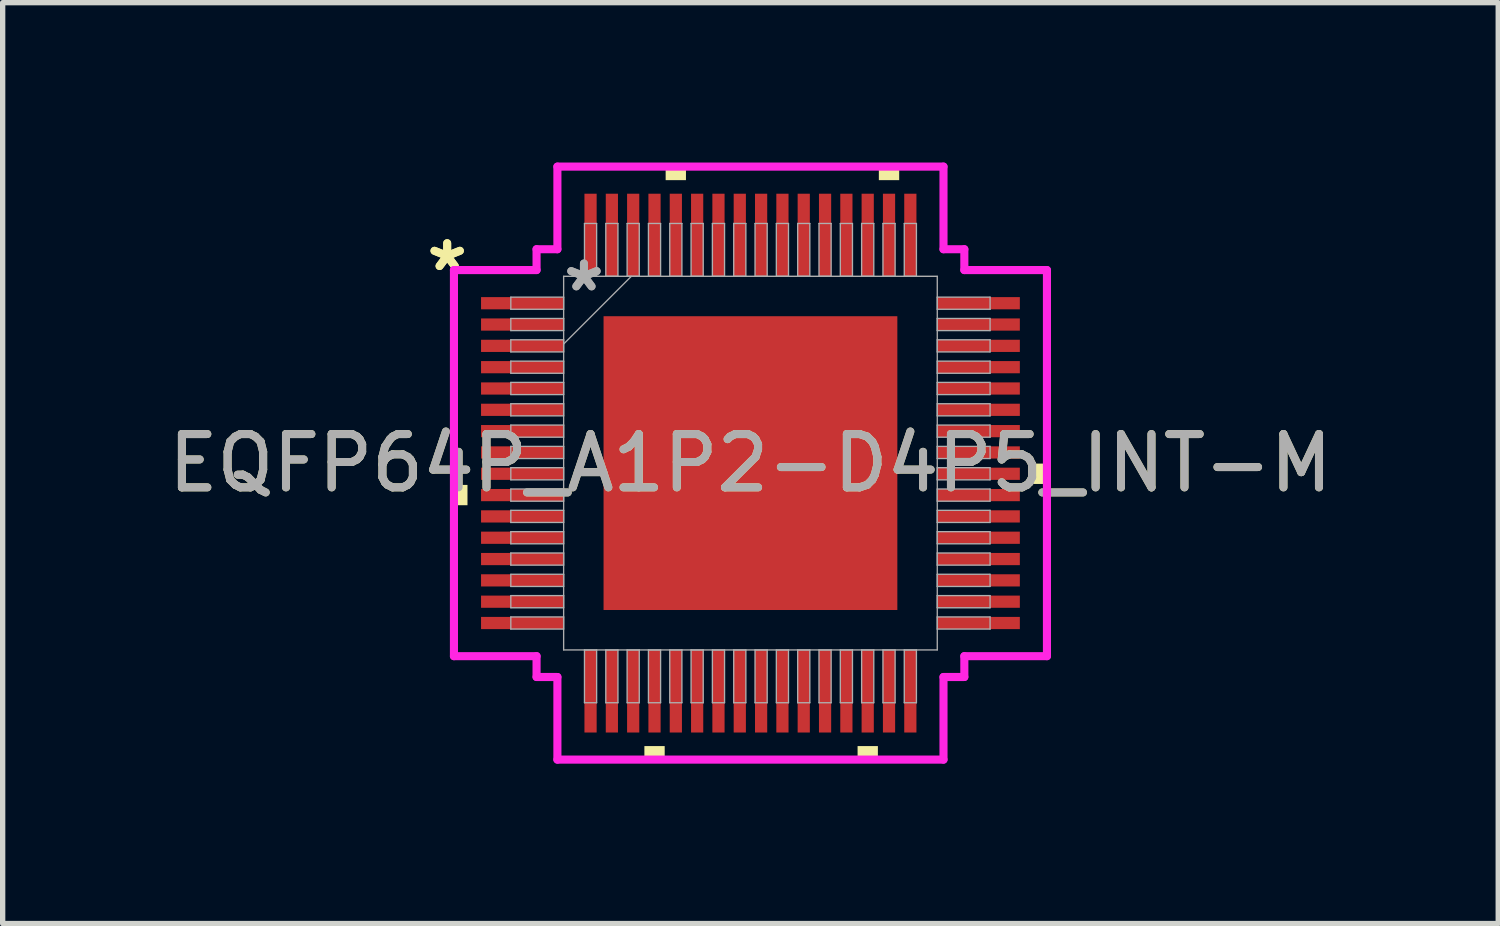
<source format=kicad_pcb>
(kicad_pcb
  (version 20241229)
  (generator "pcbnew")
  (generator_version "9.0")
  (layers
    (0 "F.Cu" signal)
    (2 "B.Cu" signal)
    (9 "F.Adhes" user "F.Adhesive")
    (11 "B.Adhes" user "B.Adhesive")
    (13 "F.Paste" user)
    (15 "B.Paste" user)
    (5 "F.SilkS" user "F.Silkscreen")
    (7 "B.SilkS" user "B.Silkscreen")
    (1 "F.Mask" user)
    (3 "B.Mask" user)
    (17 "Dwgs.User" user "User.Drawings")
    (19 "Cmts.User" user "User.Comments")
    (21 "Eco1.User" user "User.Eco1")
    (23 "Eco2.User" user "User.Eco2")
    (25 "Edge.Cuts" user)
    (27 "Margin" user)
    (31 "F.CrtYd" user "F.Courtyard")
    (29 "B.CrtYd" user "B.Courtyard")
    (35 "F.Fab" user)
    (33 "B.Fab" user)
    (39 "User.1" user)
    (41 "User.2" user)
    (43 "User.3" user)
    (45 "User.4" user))
  (footprint "EQFP64P_A1P2-D4P5_INT-M"
    (layer "F.Cu")
    (at 11.03 5.639)
    (property "Reference" "EQFP64P_A1P2-D4P5_INT-M" (at 0 0 0) (unlocked yes) (layer "F.SilkS") (effects (font (size 1 1) (thickness 0.15))))
    (attr smd)
    (fp_poly (pts (xy -5.563 0.409) (xy -5.563 0.79) (xy -5.309 0.79) (xy -5.309 0.409)) (stroke (width 0) (type solid)) (fill yes) (layer "F.SilkS"))
    (fp_poly (pts (xy -1.99 5.309) (xy -1.99 5.563) (xy -1.609 5.563) (xy -1.609 5.309)) (stroke (width 0) (type solid)) (fill yes) (layer "F.SilkS"))
    (fp_poly (pts (xy -1.591 -5.309) (xy -1.591 -5.563) (xy -1.21 -5.563) (xy -1.21 -5.309)) (stroke (width 0) (type solid)) (fill yes) (layer "F.SilkS"))
    (fp_poly (pts (xy 2.01 5.309) (xy 2.01 5.563) (xy 2.391 5.563) (xy 2.391 5.309)) (stroke (width 0) (type solid)) (fill yes) (layer "F.SilkS"))
    (fp_poly (pts (xy 2.409 -5.309) (xy 2.409 -5.563) (xy 2.791 -5.563) (xy 2.791 -5.309)) (stroke (width 0) (type solid)) (fill yes) (layer "F.SilkS"))
    (fp_poly (pts (xy 5.563 0.009) (xy 5.563 0.391) (xy 5.309 0.391) (xy 5.309 0.009)) (stroke (width 0) (type solid)) (fill yes) (layer "F.SilkS"))
    (fp_poly (pts (xy -2.656 -2.656) (xy -2.656 -1.478) (xy -1.478 -1.478) (xy -1.478 -2.656)) (stroke (width 0) (type solid)) (fill yes) (layer "F.Paste"))
    (fp_poly (pts (xy -2.656 -1.278) (xy -2.656 -0.1) (xy -1.478 -0.1) (xy -1.478 -1.278)) (stroke (width 0) (type solid)) (fill yes) (layer "F.Paste"))
    (fp_poly (pts (xy -2.656 0.1) (xy -2.656 1.278) (xy -1.478 1.278) (xy -1.478 0.1)) (stroke (width 0) (type solid)) (fill yes) (layer "F.Paste"))
    (fp_poly (pts (xy -2.656 1.478) (xy -2.656 2.656) (xy -1.478 2.656) (xy -1.478 1.478)) (stroke (width 0) (type solid)) (fill yes) (layer "F.Paste"))
    (fp_poly (pts (xy -1.278 -2.656) (xy -1.278 -1.478) (xy -0.1 -1.478) (xy -0.1 -2.656)) (stroke (width 0) (type solid)) (fill yes) (layer "F.Paste"))
    (fp_poly (pts (xy -1.278 -1.278) (xy -1.278 -0.1) (xy -0.1 -0.1) (xy -0.1 -1.278)) (stroke (width 0) (type solid)) (fill yes) (layer "F.Paste"))
    (fp_poly (pts (xy -1.278 0.1) (xy -1.278 1.278) (xy -0.1 1.278) (xy -0.1 0.1)) (stroke (width 0) (type solid)) (fill yes) (layer "F.Paste"))
    (fp_poly (pts (xy -1.278 1.478) (xy -1.278 2.656) (xy -0.1 2.656) (xy -0.1 1.478)) (stroke (width 0) (type solid)) (fill yes) (layer "F.Paste"))
    (fp_poly (pts (xy 0.1 -2.656) (xy 0.1 -1.478) (xy 1.278 -1.478) (xy 1.278 -2.656)) (stroke (width 0) (type solid)) (fill yes) (layer "F.Paste"))
    (fp_poly (pts (xy 0.1 -1.278) (xy 0.1 -0.1) (xy 1.278 -0.1) (xy 1.278 -1.278)) (stroke (width 0) (type solid)) (fill yes) (layer "F.Paste"))
    (fp_poly (pts (xy 0.1 0.1) (xy 0.1 1.278) (xy 1.278 1.278) (xy 1.278 0.1)) (stroke (width 0) (type solid)) (fill yes) (layer "F.Paste"))
    (fp_poly (pts (xy 0.1 1.478) (xy 0.1 2.656) (xy 1.278 2.656) (xy 1.278 1.478)) (stroke (width 0) (type solid)) (fill yes) (layer "F.Paste"))
    (fp_poly (pts (xy 1.478 -2.656) (xy 1.478 -1.478) (xy 2.656 -1.478) (xy 2.656 -2.656)) (stroke (width 0) (type solid)) (fill yes) (layer "F.Paste"))
    (fp_poly (pts (xy 1.478 -1.278) (xy 1.478 -0.1) (xy 2.656 -0.1) (xy 2.656 -1.278)) (stroke (width 0) (type solid)) (fill yes) (layer "F.Paste"))
    (fp_poly (pts (xy 1.478 0.1) (xy 1.478 1.278) (xy 2.656 1.278) (xy 2.656 0.1)) (stroke (width 0) (type solid)) (fill yes) (layer "F.Paste"))
    (fp_poly (pts (xy 1.478 1.478) (xy 1.478 2.656) (xy 2.656 2.656) (xy 2.656 1.478)) (stroke (width 0) (type solid)) (fill yes) (layer "F.Paste"))
    (fp_line (start -5.563 -3.622) (end -4.013 -3.622) (stroke (width 0.152) (type solid)) (layer "F.CrtYd"))
    (fp_line (start -5.563 3.622) (end -5.563 -3.622) (stroke (width 0.152) (type solid)) (layer "F.CrtYd"))
    (fp_line (start -4.013 -4.013) (end -3.622 -4.013) (stroke (width 0.152) (type solid)) (layer "F.CrtYd"))
    (fp_line (start -4.013 -3.622) (end -4.013 -4.013) (stroke (width 0.152) (type solid)) (layer "F.CrtYd"))
    (fp_line (start -4.013 3.622) (end -5.563 3.622) (stroke (width 0.152) (type solid)) (layer "F.CrtYd"))
    (fp_line (start -4.013 4.013) (end -4.013 3.622) (stroke (width 0.152) (type solid)) (layer "F.CrtYd"))
    (fp_line (start -4.013 4.013) (end -3.622 4.013) (stroke (width 0.152) (type solid)) (layer "F.CrtYd"))
    (fp_line (start -3.622 -5.563) (end 3.622 -5.563) (stroke (width 0.152) (type solid)) (layer "F.CrtYd"))
    (fp_line (start -3.622 -4.013) (end -3.622 -5.563) (stroke (width 0.152) (type solid)) (layer "F.CrtYd"))
    (fp_line (start -3.622 4.013) (end -3.622 5.563) (stroke (width 0.152) (type solid)) (layer "F.CrtYd"))
    (fp_line (start -3.622 5.563) (end 3.622 5.563) (stroke (width 0.152) (type solid)) (layer "F.CrtYd"))
    (fp_line (start 3.622 -5.563) (end 3.622 -4.013) (stroke (width 0.152) (type solid)) (layer "F.CrtYd"))
    (fp_line (start 3.622 -4.013) (end 4.013 -4.013) (stroke (width 0.152) (type solid)) (layer "F.CrtYd"))
    (fp_line (start 3.622 4.013) (end 4.013 4.013) (stroke (width 0.152) (type solid)) (layer "F.CrtYd"))
    (fp_line (start 3.622 5.563) (end 3.622 4.013) (stroke (width 0.152) (type solid)) (layer "F.CrtYd"))
    (fp_line (start 4.013 -3.622) (end 4.013 -4.013) (stroke (width 0.152) (type solid)) (layer "F.CrtYd"))
    (fp_line (start 4.013 3.622) (end 5.563 3.622) (stroke (width 0.152) (type solid)) (layer "F.CrtYd"))
    (fp_line (start 4.013 4.013) (end 4.013 3.622) (stroke (width 0.152) (type solid)) (layer "F.CrtYd"))
    (fp_line (start 5.563 -3.622) (end 4.013 -3.622) (stroke (width 0.152) (type solid)) (layer "F.CrtYd"))
    (fp_line (start 5.563 3.622) (end 5.563 -3.622) (stroke (width 0.152) (type solid)) (layer "F.CrtYd"))
    (fp_line (start -4.496 -3.114) (end -4.496 -2.886) (stroke (width 0.025) (type solid)) (layer "F.Fab"))
    (fp_line (start -4.496 -2.886) (end -3.505 -2.886) (stroke (width 0.025) (type solid)) (layer "F.Fab"))
    (fp_line (start -4.496 -2.714) (end -4.496 -2.486) (stroke (width 0.025) (type solid)) (layer "F.Fab"))
    (fp_line (start -4.496 -2.486) (end -3.505 -2.486) (stroke (width 0.025) (type solid)) (layer "F.Fab"))
    (fp_line (start -4.496 -2.314) (end -4.496 -2.086) (stroke (width 0.025) (type solid)) (layer "F.Fab"))
    (fp_line (start -4.496 -2.086) (end -3.505 -2.086) (stroke (width 0.025) (type solid)) (layer "F.Fab"))
    (fp_line (start -4.496 -1.914) (end -4.496 -1.686) (stroke (width 0.025) (type solid)) (layer "F.Fab"))
    (fp_line (start -4.496 -1.686) (end -3.505 -1.686) (stroke (width 0.025) (type solid)) (layer "F.Fab"))
    (fp_line (start -4.496 -1.514) (end -4.496 -1.286) (stroke (width 0.025) (type solid)) (layer "F.Fab"))
    (fp_line (start -4.496 -1.286) (end -3.505 -1.286) (stroke (width 0.025) (type solid)) (layer "F.Fab"))
    (fp_line (start -4.496 -1.114) (end -4.496 -0.886) (stroke (width 0.025) (type solid)) (layer "F.Fab"))
    (fp_line (start -4.496 -0.886) (end -3.505 -0.886) (stroke (width 0.025) (type solid)) (layer "F.Fab"))
    (fp_line (start -4.496 -0.714) (end -4.496 -0.486) (stroke (width 0.025) (type solid)) (layer "F.Fab"))
    (fp_line (start -4.496 -0.486) (end -3.505 -0.486) (stroke (width 0.025) (type solid)) (layer "F.Fab"))
    (fp_line (start -4.496 -0.314) (end -4.496 -0.086) (stroke (width 0.025) (type solid)) (layer "F.Fab"))
    (fp_line (start -4.496 -0.086) (end -3.505 -0.086) (stroke (width 0.025) (type solid)) (layer "F.Fab"))
    (fp_line (start -4.496 0.086) (end -4.496 0.314) (stroke (width 0.025) (type solid)) (layer "F.Fab"))
    (fp_line (start -4.496 0.314) (end -3.505 0.314) (stroke (width 0.025) (type solid)) (layer "F.Fab"))
    (fp_line (start -4.496 0.486) (end -4.496 0.714) (stroke (width 0.025) (type solid)) (layer "F.Fab"))
    (fp_line (start -4.496 0.714) (end -3.505 0.714) (stroke (width 0.025) (type solid)) (layer "F.Fab"))
    (fp_line (start -4.496 0.886) (end -4.496 1.114) (stroke (width 0.025) (type solid)) (layer "F.Fab"))
    (fp_line (start -4.496 1.114) (end -3.505 1.114) (stroke (width 0.025) (type solid)) (layer "F.Fab"))
    (fp_line (start -4.496 1.286) (end -4.496 1.514) (stroke (width 0.025) (type solid)) (layer "F.Fab"))
    (fp_line (start -4.496 1.514) (end -3.505 1.514) (stroke (width 0.025) (type solid)) (layer "F.Fab"))
    (fp_line (start -4.496 1.686) (end -4.496 1.914) (stroke (width 0.025) (type solid)) (layer "F.Fab"))
    (fp_line (start -4.496 1.914) (end -3.505 1.914) (stroke (width 0.025) (type solid)) (layer "F.Fab"))
    (fp_line (start -4.496 2.086) (end -4.496 2.314) (stroke (width 0.025) (type solid)) (layer "F.Fab"))
    (fp_line (start -4.496 2.314) (end -3.505 2.314) (stroke (width 0.025) (type solid)) (layer "F.Fab"))
    (fp_line (start -4.496 2.486) (end -4.496 2.714) (stroke (width 0.025) (type solid)) (layer "F.Fab"))
    (fp_line (start -4.496 2.714) (end -3.505 2.714) (stroke (width 0.025) (type solid)) (layer "F.Fab"))
    (fp_line (start -4.496 2.886) (end -4.496 3.114) (stroke (width 0.025) (type solid)) (layer "F.Fab"))
    (fp_line (start -4.496 3.114) (end -3.505 3.114) (stroke (width 0.025) (type solid)) (layer "F.Fab"))
    (fp_line (start -3.505 -3.505) (end -3.505 3.505) (stroke (width 0.025) (type solid)) (layer "F.Fab"))
    (fp_line (start -3.505 -3.114) (end -4.496 -3.114) (stroke (width 0.025) (type solid)) (layer "F.Fab"))
    (fp_line (start -3.505 -2.886) (end -3.505 -3.114) (stroke (width 0.025) (type solid)) (layer "F.Fab"))
    (fp_line (start -3.505 -2.714) (end -4.496 -2.714) (stroke (width 0.025) (type solid)) (layer "F.Fab"))
    (fp_line (start -3.505 -2.486) (end -3.505 -2.714) (stroke (width 0.025) (type solid)) (layer "F.Fab"))
    (fp_line (start -3.505 -2.314) (end -4.496 -2.314) (stroke (width 0.025) (type solid)) (layer "F.Fab"))
    (fp_line (start -3.505 -2.235) (end -2.235 -3.505) (stroke (width 0.025) (type solid)) (layer "F.Fab"))
    (fp_line (start -3.505 -2.086) (end -3.505 -2.314) (stroke (width 0.025) (type solid)) (layer "F.Fab"))
    (fp_line (start -3.505 -1.914) (end -4.496 -1.914) (stroke (width 0.025) (type solid)) (layer "F.Fab"))
    (fp_line (start -3.505 -1.686) (end -3.505 -1.914) (stroke (width 0.025) (type solid)) (layer "F.Fab"))
    (fp_line (start -3.505 -1.514) (end -4.496 -1.514) (stroke (width 0.025) (type solid)) (layer "F.Fab"))
    (fp_line (start -3.505 -1.286) (end -3.505 -1.514) (stroke (width 0.025) (type solid)) (layer "F.Fab"))
    (fp_line (start -3.505 -1.114) (end -4.496 -1.114) (stroke (width 0.025) (type solid)) (layer "F.Fab"))
    (fp_line (start -3.505 -0.886) (end -3.505 -1.114) (stroke (width 0.025) (type solid)) (layer "F.Fab"))
    (fp_line (start -3.505 -0.714) (end -4.496 -0.714) (stroke (width 0.025) (type solid)) (layer "F.Fab"))
    (fp_line (start -3.505 -0.486) (end -3.505 -0.714) (stroke (width 0.025) (type solid)) (layer "F.Fab"))
    (fp_line (start -3.505 -0.314) (end -4.496 -0.314) (stroke (width 0.025) (type solid)) (layer "F.Fab"))
    (fp_line (start -3.505 -0.086) (end -3.505 -0.314) (stroke (width 0.025) (type solid)) (layer "F.Fab"))
    (fp_line (start -3.505 0.086) (end -4.496 0.086) (stroke (width 0.025) (type solid)) (layer "F.Fab"))
    (fp_line (start -3.505 0.314) (end -3.505 0.086) (stroke (width 0.025) (type solid)) (layer "F.Fab"))
    (fp_line (start -3.505 0.486) (end -4.496 0.486) (stroke (width 0.025) (type solid)) (layer "F.Fab"))
    (fp_line (start -3.505 0.714) (end -3.505 0.486) (stroke (width 0.025) (type solid)) (layer "F.Fab"))
    (fp_line (start -3.505 0.886) (end -4.496 0.886) (stroke (width 0.025) (type solid)) (layer "F.Fab"))
    (fp_line (start -3.505 1.114) (end -3.505 0.886) (stroke (width 0.025) (type solid)) (layer "F.Fab"))
    (fp_line (start -3.505 1.286) (end -4.496 1.286) (stroke (width 0.025) (type solid)) (layer "F.Fab"))
    (fp_line (start -3.505 1.514) (end -3.505 1.286) (stroke (width 0.025) (type solid)) (layer "F.Fab"))
    (fp_line (start -3.505 1.686) (end -4.496 1.686) (stroke (width 0.025) (type solid)) (layer "F.Fab"))
    (fp_line (start -3.505 1.914) (end -3.505 1.686) (stroke (width 0.025) (type solid)) (layer "F.Fab"))
    (fp_line (start -3.505 2.086) (end -4.496 2.086) (stroke (width 0.025) (type solid)) (layer "F.Fab"))
    (fp_line (start -3.505 2.314) (end -3.505 2.086) (stroke (width 0.025) (type solid)) (layer "F.Fab"))
    (fp_line (start -3.505 2.486) (end -4.496 2.486) (stroke (width 0.025) (type solid)) (layer "F.Fab"))
    (fp_line (start -3.505 2.714) (end -3.505 2.486) (stroke (width 0.025) (type solid)) (layer "F.Fab"))
    (fp_line (start -3.505 2.886) (end -4.496 2.886) (stroke (width 0.025) (type solid)) (layer "F.Fab"))
    (fp_line (start -3.505 3.114) (end -3.505 2.886) (stroke (width 0.025) (type solid)) (layer "F.Fab"))
    (fp_line (start -3.505 3.505) (end 3.505 3.505) (stroke (width 0.025) (type solid)) (layer "F.Fab"))
    (fp_line (start -3.114 -4.496) (end -3.114 -3.505) (stroke (width 0.025) (type solid)) (layer "F.Fab"))
    (fp_line (start -3.114 -3.505) (end -2.886 -3.505) (stroke (width 0.025) (type solid)) (layer "F.Fab"))
    (fp_line (start -3.114 3.505) (end -3.114 4.496) (stroke (width 0.025) (type solid)) (layer "F.Fab"))
    (fp_line (start -3.114 4.496) (end -2.886 4.496) (stroke (width 0.025) (type solid)) (layer "F.Fab"))
    (fp_line (start -2.886 -4.496) (end -3.114 -4.496) (stroke (width 0.025) (type solid)) (layer "F.Fab"))
    (fp_line (start -2.886 -3.505) (end -2.886 -4.496) (stroke (width 0.025) (type solid)) (layer "F.Fab"))
    (fp_line (start -2.886 3.505) (end -3.114 3.505) (stroke (width 0.025) (type solid)) (layer "F.Fab"))
    (fp_line (start -2.886 4.496) (end -2.886 3.505) (stroke (width 0.025) (type solid)) (layer "F.Fab"))
    (fp_line (start -2.714 -4.496) (end -2.714 -3.505) (stroke (width 0.025) (type solid)) (layer "F.Fab"))
    (fp_line (start -2.714 -3.505) (end -2.486 -3.505) (stroke (width 0.025) (type solid)) (layer "F.Fab"))
    (fp_line (start -2.714 3.505) (end -2.714 4.496) (stroke (width 0.025) (type solid)) (layer "F.Fab"))
    (fp_line (start -2.714 4.496) (end -2.486 4.496) (stroke (width 0.025) (type solid)) (layer "F.Fab"))
    (fp_line (start -2.486 -4.496) (end -2.714 -4.496) (stroke (width 0.025) (type solid)) (layer "F.Fab"))
    (fp_line (start -2.486 -3.505) (end -2.486 -4.496) (stroke (width 0.025) (type solid)) (layer "F.Fab"))
    (fp_line (start -2.486 3.505) (end -2.714 3.505) (stroke (width 0.025) (type solid)) (layer "F.Fab"))
    (fp_line (start -2.486 4.496) (end -2.486 3.505) (stroke (width 0.025) (type solid)) (layer "F.Fab"))
    (fp_line (start -2.314 -4.496) (end -2.314 -3.505) (stroke (width 0.025) (type solid)) (layer "F.Fab"))
    (fp_line (start -2.314 -3.505) (end -2.086 -3.505) (stroke (width 0.025) (type solid)) (layer "F.Fab"))
    (fp_line (start -2.314 3.505) (end -2.314 4.496) (stroke (width 0.025) (type solid)) (layer "F.Fab"))
    (fp_line (start -2.314 4.496) (end -2.086 4.496) (stroke (width 0.025) (type solid)) (layer "F.Fab"))
    (fp_line (start -2.086 -4.496) (end -2.314 -4.496) (stroke (width 0.025) (type solid)) (layer "F.Fab"))
    (fp_line (start -2.086 -3.505) (end -2.086 -4.496) (stroke (width 0.025) (type solid)) (layer "F.Fab"))
    (fp_line (start -2.086 3.505) (end -2.314 3.505) (stroke (width 0.025) (type solid)) (layer "F.Fab"))
    (fp_line (start -2.086 4.496) (end -2.086 3.505) (stroke (width 0.025) (type solid)) (layer "F.Fab"))
    (fp_line (start -1.914 -4.496) (end -1.914 -3.505) (stroke (width 0.025) (type solid)) (layer "F.Fab"))
    (fp_line (start -1.914 -3.505) (end -1.686 -3.505) (stroke (width 0.025) (type solid)) (layer "F.Fab"))
    (fp_line (start -1.914 3.505) (end -1.914 4.496) (stroke (width 0.025) (type solid)) (layer "F.Fab"))
    (fp_line (start -1.914 4.496) (end -1.686 4.496) (stroke (width 0.025) (type solid)) (layer "F.Fab"))
    (fp_line (start -1.686 -4.496) (end -1.914 -4.496) (stroke (width 0.025) (type solid)) (layer "F.Fab"))
    (fp_line (start -1.686 -3.505) (end -1.686 -4.496) (stroke (width 0.025) (type solid)) (layer "F.Fab"))
    (fp_line (start -1.686 3.505) (end -1.914 3.505) (stroke (width 0.025) (type solid)) (layer "F.Fab"))
    (fp_line (start -1.686 4.496) (end -1.686 3.505) (stroke (width 0.025) (type solid)) (layer "F.Fab"))
    (fp_line (start -1.514 -4.496) (end -1.514 -3.505) (stroke (width 0.025) (type solid)) (layer "F.Fab"))
    (fp_line (start -1.514 -3.505) (end -1.286 -3.505) (stroke (width 0.025) (type solid)) (layer "F.Fab"))
    (fp_line (start -1.514 3.505) (end -1.514 4.496) (stroke (width 0.025) (type solid)) (layer "F.Fab"))
    (fp_line (start -1.514 4.496) (end -1.286 4.496) (stroke (width 0.025) (type solid)) (layer "F.Fab"))
    (fp_line (start -1.286 -4.496) (end -1.514 -4.496) (stroke (width 0.025) (type solid)) (layer "F.Fab"))
    (fp_line (start -1.286 -3.505) (end -1.286 -4.496) (stroke (width 0.025) (type solid)) (layer "F.Fab"))
    (fp_line (start -1.286 3.505) (end -1.514 3.505) (stroke (width 0.025) (type solid)) (layer "F.Fab"))
    (fp_line (start -1.286 4.496) (end -1.286 3.505) (stroke (width 0.025) (type solid)) (layer "F.Fab"))
    (fp_line (start -1.114 -4.496) (end -1.114 -3.505) (stroke (width 0.025) (type solid)) (layer "F.Fab"))
    (fp_line (start -1.114 -3.505) (end -0.886 -3.505) (stroke (width 0.025) (type solid)) (layer "F.Fab"))
    (fp_line (start -1.114 3.505) (end -1.114 4.496) (stroke (width 0.025) (type solid)) (layer "F.Fab"))
    (fp_line (start -1.114 4.496) (end -0.886 4.496) (stroke (width 0.025) (type solid)) (layer "F.Fab"))
    (fp_line (start -0.886 -4.496) (end -1.114 -4.496) (stroke (width 0.025) (type solid)) (layer "F.Fab"))
    (fp_line (start -0.886 -3.505) (end -0.886 -4.496) (stroke (width 0.025) (type solid)) (layer "F.Fab"))
    (fp_line (start -0.886 3.505) (end -1.114 3.505) (stroke (width 0.025) (type solid)) (layer "F.Fab"))
    (fp_line (start -0.886 4.496) (end -0.886 3.505) (stroke (width 0.025) (type solid)) (layer "F.Fab"))
    (fp_line (start -0.714 -4.496) (end -0.714 -3.505) (stroke (width 0.025) (type solid)) (layer "F.Fab"))
    (fp_line (start -0.714 -3.505) (end -0.486 -3.505) (stroke (width 0.025) (type solid)) (layer "F.Fab"))
    (fp_line (start -0.714 3.505) (end -0.714 4.496) (stroke (width 0.025) (type solid)) (layer "F.Fab"))
    (fp_line (start -0.714 4.496) (end -0.486 4.496) (stroke (width 0.025) (type solid)) (layer "F.Fab"))
    (fp_line (start -0.486 -4.496) (end -0.714 -4.496) (stroke (width 0.025) (type solid)) (layer "F.Fab"))
    (fp_line (start -0.486 -3.505) (end -0.486 -4.496) (stroke (width 0.025) (type solid)) (layer "F.Fab"))
    (fp_line (start -0.486 3.505) (end -0.714 3.505) (stroke (width 0.025) (type solid)) (layer "F.Fab"))
    (fp_line (start -0.486 4.496) (end -0.486 3.505) (stroke (width 0.025) (type solid)) (layer "F.Fab"))
    (fp_line (start -0.314 -4.496) (end -0.314 -3.505) (stroke (width 0.025) (type solid)) (layer "F.Fab"))
    (fp_line (start -0.314 -3.505) (end -0.086 -3.505) (stroke (width 0.025) (type solid)) (layer "F.Fab"))
    (fp_line (start -0.314 3.505) (end -0.314 4.496) (stroke (width 0.025) (type solid)) (layer "F.Fab"))
    (fp_line (start -0.314 4.496) (end -0.086 4.496) (stroke (width 0.025) (type solid)) (layer "F.Fab"))
    (fp_line (start -0.086 -4.496) (end -0.314 -4.496) (stroke (width 0.025) (type solid)) (layer "F.Fab"))
    (fp_line (start -0.086 -3.505) (end -0.086 -4.496) (stroke (width 0.025) (type solid)) (layer "F.Fab"))
    (fp_line (start -0.086 3.505) (end -0.314 3.505) (stroke (width 0.025) (type solid)) (layer "F.Fab"))
    (fp_line (start -0.086 4.496) (end -0.086 3.505) (stroke (width 0.025) (type solid)) (layer "F.Fab"))
    (fp_line (start 0.086 -4.496) (end 0.086 -3.505) (stroke (width 0.025) (type solid)) (layer "F.Fab"))
    (fp_line (start 0.086 -3.505) (end 0.314 -3.505) (stroke (width 0.025) (type solid)) (layer "F.Fab"))
    (fp_line (start 0.086 3.505) (end 0.086 4.496) (stroke (width 0.025) (type solid)) (layer "F.Fab"))
    (fp_line (start 0.086 4.496) (end 0.314 4.496) (stroke (width 0.025) (type solid)) (layer "F.Fab"))
    (fp_line (start 0.314 -4.496) (end 0.086 -4.496) (stroke (width 0.025) (type solid)) (layer "F.Fab"))
    (fp_line (start 0.314 -3.505) (end 0.314 -4.496) (stroke (width 0.025) (type solid)) (layer "F.Fab"))
    (fp_line (start 0.314 3.505) (end 0.086 3.505) (stroke (width 0.025) (type solid)) (layer "F.Fab"))
    (fp_line (start 0.314 4.496) (end 0.314 3.505) (stroke (width 0.025) (type solid)) (layer "F.Fab"))
    (fp_line (start 0.486 -4.496) (end 0.486 -3.505) (stroke (width 0.025) (type solid)) (layer "F.Fab"))
    (fp_line (start 0.486 -3.505) (end 0.714 -3.505) (stroke (width 0.025) (type solid)) (layer "F.Fab"))
    (fp_line (start 0.486 3.505) (end 0.486 4.496) (stroke (width 0.025) (type solid)) (layer "F.Fab"))
    (fp_line (start 0.486 4.496) (end 0.714 4.496) (stroke (width 0.025) (type solid)) (layer "F.Fab"))
    (fp_line (start 0.714 -4.496) (end 0.486 -4.496) (stroke (width 0.025) (type solid)) (layer "F.Fab"))
    (fp_line (start 0.714 -3.505) (end 0.714 -4.496) (stroke (width 0.025) (type solid)) (layer "F.Fab"))
    (fp_line (start 0.714 3.505) (end 0.486 3.505) (stroke (width 0.025) (type solid)) (layer "F.Fab"))
    (fp_line (start 0.714 4.496) (end 0.714 3.505) (stroke (width 0.025) (type solid)) (layer "F.Fab"))
    (fp_line (start 0.886 -4.496) (end 0.886 -3.505) (stroke (width 0.025) (type solid)) (layer "F.Fab"))
    (fp_line (start 0.886 -3.505) (end 1.114 -3.505) (stroke (width 0.025) (type solid)) (layer "F.Fab"))
    (fp_line (start 0.886 3.505) (end 0.886 4.496) (stroke (width 0.025) (type solid)) (layer "F.Fab"))
    (fp_line (start 0.886 4.496) (end 1.114 4.496) (stroke (width 0.025) (type solid)) (layer "F.Fab"))
    (fp_line (start 1.114 -4.496) (end 0.886 -4.496) (stroke (width 0.025) (type solid)) (layer "F.Fab"))
    (fp_line (start 1.114 -3.505) (end 1.114 -4.496) (stroke (width 0.025) (type solid)) (layer "F.Fab"))
    (fp_line (start 1.114 3.505) (end 0.886 3.505) (stroke (width 0.025) (type solid)) (layer "F.Fab"))
    (fp_line (start 1.114 4.496) (end 1.114 3.505) (stroke (width 0.025) (type solid)) (layer "F.Fab"))
    (fp_line (start 1.286 -4.496) (end 1.286 -3.505) (stroke (width 0.025) (type solid)) (layer "F.Fab"))
    (fp_line (start 1.286 -3.505) (end 1.514 -3.505) (stroke (width 0.025) (type solid)) (layer "F.Fab"))
    (fp_line (start 1.286 3.505) (end 1.286 4.496) (stroke (width 0.025) (type solid)) (layer "F.Fab"))
    (fp_line (start 1.286 4.496) (end 1.514 4.496) (stroke (width 0.025) (type solid)) (layer "F.Fab"))
    (fp_line (start 1.514 -4.496) (end 1.286 -4.496) (stroke (width 0.025) (type solid)) (layer "F.Fab"))
    (fp_line (start 1.514 -3.505) (end 1.514 -4.496) (stroke (width 0.025) (type solid)) (layer "F.Fab"))
    (fp_line (start 1.514 3.505) (end 1.286 3.505) (stroke (width 0.025) (type solid)) (layer "F.Fab"))
    (fp_line (start 1.514 4.496) (end 1.514 3.505) (stroke (width 0.025) (type solid)) (layer "F.Fab"))
    (fp_line (start 1.686 -4.496) (end 1.686 -3.505) (stroke (width 0.025) (type solid)) (layer "F.Fab"))
    (fp_line (start 1.686 -3.505) (end 1.914 -3.505) (stroke (width 0.025) (type solid)) (layer "F.Fab"))
    (fp_line (start 1.686 3.505) (end 1.686 4.496) (stroke (width 0.025) (type solid)) (layer "F.Fab"))
    (fp_line (start 1.686 4.496) (end 1.914 4.496) (stroke (width 0.025) (type solid)) (layer "F.Fab"))
    (fp_line (start 1.914 -4.496) (end 1.686 -4.496) (stroke (width 0.025) (type solid)) (layer "F.Fab"))
    (fp_line (start 1.914 -3.505) (end 1.914 -4.496) (stroke (width 0.025) (type solid)) (layer "F.Fab"))
    (fp_line (start 1.914 3.505) (end 1.686 3.505) (stroke (width 0.025) (type solid)) (layer "F.Fab"))
    (fp_line (start 1.914 4.496) (end 1.914 3.505) (stroke (width 0.025) (type solid)) (layer "F.Fab"))
    (fp_line (start 2.086 -4.496) (end 2.086 -3.505) (stroke (width 0.025) (type solid)) (layer "F.Fab"))
    (fp_line (start 2.086 -3.505) (end 2.314 -3.505) (stroke (width 0.025) (type solid)) (layer "F.Fab"))
    (fp_line (start 2.086 3.505) (end 2.086 4.496) (stroke (width 0.025) (type solid)) (layer "F.Fab"))
    (fp_line (start 2.086 4.496) (end 2.314 4.496) (stroke (width 0.025) (type solid)) (layer "F.Fab"))
    (fp_line (start 2.314 -4.496) (end 2.086 -4.496) (stroke (width 0.025) (type solid)) (layer "F.Fab"))
    (fp_line (start 2.314 -3.505) (end 2.314 -4.496) (stroke (width 0.025) (type solid)) (layer "F.Fab"))
    (fp_line (start 2.314 3.505) (end 2.086 3.505) (stroke (width 0.025) (type solid)) (layer "F.Fab"))
    (fp_line (start 2.314 4.496) (end 2.314 3.505) (stroke (width 0.025) (type solid)) (layer "F.Fab"))
    (fp_line (start 2.486 -4.496) (end 2.486 -3.505) (stroke (width 0.025) (type solid)) (layer "F.Fab"))
    (fp_line (start 2.486 -3.505) (end 2.714 -3.505) (stroke (width 0.025) (type solid)) (layer "F.Fab"))
    (fp_line (start 2.486 3.505) (end 2.486 4.496) (stroke (width 0.025) (type solid)) (layer "F.Fab"))
    (fp_line (start 2.486 4.496) (end 2.714 4.496) (stroke (width 0.025) (type solid)) (layer "F.Fab"))
    (fp_line (start 2.714 -4.496) (end 2.486 -4.496) (stroke (width 0.025) (type solid)) (layer "F.Fab"))
    (fp_line (start 2.714 -3.505) (end 2.714 -4.496) (stroke (width 0.025) (type solid)) (layer "F.Fab"))
    (fp_line (start 2.714 3.505) (end 2.486 3.505) (stroke (width 0.025) (type solid)) (layer "F.Fab"))
    (fp_line (start 2.714 4.496) (end 2.714 3.505) (stroke (width 0.025) (type solid)) (layer "F.Fab"))
    (fp_line (start 2.886 -4.496) (end 2.886 -3.505) (stroke (width 0.025) (type solid)) (layer "F.Fab"))
    (fp_line (start 2.886 -3.505) (end 3.114 -3.505) (stroke (width 0.025) (type solid)) (layer "F.Fab"))
    (fp_line (start 2.886 3.505) (end 2.886 4.496) (stroke (width 0.025) (type solid)) (layer "F.Fab"))
    (fp_line (start 2.886 4.496) (end 3.114 4.496) (stroke (width 0.025) (type solid)) (layer "F.Fab"))
    (fp_line (start 3.114 -4.496) (end 2.886 -4.496) (stroke (width 0.025) (type solid)) (layer "F.Fab"))
    (fp_line (start 3.114 -3.505) (end 3.114 -4.496) (stroke (width 0.025) (type solid)) (layer "F.Fab"))
    (fp_line (start 3.114 3.505) (end 2.886 3.505) (stroke (width 0.025) (type solid)) (layer "F.Fab"))
    (fp_line (start 3.114 4.496) (end 3.114 3.505) (stroke (width 0.025) (type solid)) (layer "F.Fab"))
    (fp_line (start 3.505 -3.505) (end -3.505 -3.505) (stroke (width 0.025) (type solid)) (layer "F.Fab"))
    (fp_line (start 3.505 -3.114) (end 3.505 -2.886) (stroke (width 0.025) (type solid)) (layer "F.Fab"))
    (fp_line (start 3.505 -2.886) (end 4.496 -2.886) (stroke (width 0.025) (type solid)) (layer "F.Fab"))
    (fp_line (start 3.505 -2.714) (end 3.505 -2.486) (stroke (width 0.025) (type solid)) (layer "F.Fab"))
    (fp_line (start 3.505 -2.486) (end 4.496 -2.486) (stroke (width 0.025) (type solid)) (layer "F.Fab"))
    (fp_line (start 3.505 -2.314) (end 3.505 -2.086) (stroke (width 0.025) (type solid)) (layer "F.Fab"))
    (fp_line (start 3.505 -2.086) (end 4.496 -2.086) (stroke (width 0.025) (type solid)) (layer "F.Fab"))
    (fp_line (start 3.505 -1.914) (end 3.505 -1.686) (stroke (width 0.025) (type solid)) (layer "F.Fab"))
    (fp_line (start 3.505 -1.686) (end 4.496 -1.686) (stroke (width 0.025) (type solid)) (layer "F.Fab"))
    (fp_line (start 3.505 -1.514) (end 3.505 -1.286) (stroke (width 0.025) (type solid)) (layer "F.Fab"))
    (fp_line (start 3.505 -1.286) (end 4.496 -1.286) (stroke (width 0.025) (type solid)) (layer "F.Fab"))
    (fp_line (start 3.505 -1.114) (end 3.505 -0.886) (stroke (width 0.025) (type solid)) (layer "F.Fab"))
    (fp_line (start 3.505 -0.886) (end 4.496 -0.886) (stroke (width 0.025) (type solid)) (layer "F.Fab"))
    (fp_line (start 3.505 -0.714) (end 3.505 -0.486) (stroke (width 0.025) (type solid)) (layer "F.Fab"))
    (fp_line (start 3.505 -0.486) (end 4.496 -0.486) (stroke (width 0.025) (type solid)) (layer "F.Fab"))
    (fp_line (start 3.505 -0.314) (end 3.505 -0.086) (stroke (width 0.025) (type solid)) (layer "F.Fab"))
    (fp_line (start 3.505 -0.086) (end 4.496 -0.086) (stroke (width 0.025) (type solid)) (layer "F.Fab"))
    (fp_line (start 3.505 0.086) (end 3.505 0.314) (stroke (width 0.025) (type solid)) (layer "F.Fab"))
    (fp_line (start 3.505 0.314) (end 4.496 0.314) (stroke (width 0.025) (type solid)) (layer "F.Fab"))
    (fp_line (start 3.505 0.486) (end 3.505 0.714) (stroke (width 0.025) (type solid)) (layer "F.Fab"))
    (fp_line (start 3.505 0.714) (end 4.496 0.714) (stroke (width 0.025) (type solid)) (layer "F.Fab"))
    (fp_line (start 3.505 0.886) (end 3.505 1.114) (stroke (width 0.025) (type solid)) (layer "F.Fab"))
    (fp_line (start 3.505 1.114) (end 4.496 1.114) (stroke (width 0.025) (type solid)) (layer "F.Fab"))
    (fp_line (start 3.505 1.286) (end 3.505 1.514) (stroke (width 0.025) (type solid)) (layer "F.Fab"))
    (fp_line (start 3.505 1.514) (end 4.496 1.514) (stroke (width 0.025) (type solid)) (layer "F.Fab"))
    (fp_line (start 3.505 1.686) (end 3.505 1.914) (stroke (width 0.025) (type solid)) (layer "F.Fab"))
    (fp_line (start 3.505 1.914) (end 4.496 1.914) (stroke (width 0.025) (type solid)) (layer "F.Fab"))
    (fp_line (start 3.505 2.086) (end 3.505 2.314) (stroke (width 0.025) (type solid)) (layer "F.Fab"))
    (fp_line (start 3.505 2.314) (end 4.496 2.314) (stroke (width 0.025) (type solid)) (layer "F.Fab"))
    (fp_line (start 3.505 2.486) (end 3.505 2.714) (stroke (width 0.025) (type solid)) (layer "F.Fab"))
    (fp_line (start 3.505 2.714) (end 4.496 2.714) (stroke (width 0.025) (type solid)) (layer "F.Fab"))
    (fp_line (start 3.505 2.886) (end 3.505 3.114) (stroke (width 0.025) (type solid)) (layer "F.Fab"))
    (fp_line (start 3.505 3.114) (end 4.496 3.114) (stroke (width 0.025) (type solid)) (layer "F.Fab"))
    (fp_line (start 3.505 3.505) (end 3.505 -3.505) (stroke (width 0.025) (type solid)) (layer "F.Fab"))
    (fp_line (start 4.496 -3.114) (end 3.505 -3.114) (stroke (width 0.025) (type solid)) (layer "F.Fab"))
    (fp_line (start 4.496 -2.886) (end 4.496 -3.114) (stroke (width 0.025) (type solid)) (layer "F.Fab"))
    (fp_line (start 4.496 -2.714) (end 3.505 -2.714) (stroke (width 0.025) (type solid)) (layer "F.Fab"))
    (fp_line (start 4.496 -2.486) (end 4.496 -2.714) (stroke (width 0.025) (type solid)) (layer "F.Fab"))
    (fp_line (start 4.496 -2.314) (end 3.505 -2.314) (stroke (width 0.025) (type solid)) (layer "F.Fab"))
    (fp_line (start 4.496 -2.086) (end 4.496 -2.314) (stroke (width 0.025) (type solid)) (layer "F.Fab"))
    (fp_line (start 4.496 -1.914) (end 3.505 -1.914) (stroke (width 0.025) (type solid)) (layer "F.Fab"))
    (fp_line (start 4.496 -1.686) (end 4.496 -1.914) (stroke (width 0.025) (type solid)) (layer "F.Fab"))
    (fp_line (start 4.496 -1.514) (end 3.505 -1.514) (stroke (width 0.025) (type solid)) (layer "F.Fab"))
    (fp_line (start 4.496 -1.286) (end 4.496 -1.514) (stroke (width 0.025) (type solid)) (layer "F.Fab"))
    (fp_line (start 4.496 -1.114) (end 3.505 -1.114) (stroke (width 0.025) (type solid)) (layer "F.Fab"))
    (fp_line (start 4.496 -0.886) (end 4.496 -1.114) (stroke (width 0.025) (type solid)) (layer "F.Fab"))
    (fp_line (start 4.496 -0.714) (end 3.505 -0.714) (stroke (width 0.025) (type solid)) (layer "F.Fab"))
    (fp_line (start 4.496 -0.486) (end 4.496 -0.714) (stroke (width 0.025) (type solid)) (layer "F.Fab"))
    (fp_line (start 4.496 -0.314) (end 3.505 -0.314) (stroke (width 0.025) (type solid)) (layer "F.Fab"))
    (fp_line (start 4.496 -0.086) (end 4.496 -0.314) (stroke (width 0.025) (type solid)) (layer "F.Fab"))
    (fp_line (start 4.496 0.086) (end 3.505 0.086) (stroke (width 0.025) (type solid)) (layer "F.Fab"))
    (fp_line (start 4.496 0.314) (end 4.496 0.086) (stroke (width 0.025) (type solid)) (layer "F.Fab"))
    (fp_line (start 4.496 0.486) (end 3.505 0.486) (stroke (width 0.025) (type solid)) (layer "F.Fab"))
    (fp_line (start 4.496 0.714) (end 4.496 0.486) (stroke (width 0.025) (type solid)) (layer "F.Fab"))
    (fp_line (start 4.496 0.886) (end 3.505 0.886) (stroke (width 0.025) (type solid)) (layer "F.Fab"))
    (fp_line (start 4.496 1.114) (end 4.496 0.886) (stroke (width 0.025) (type solid)) (layer "F.Fab"))
    (fp_line (start 4.496 1.286) (end 3.505 1.286) (stroke (width 0.025) (type solid)) (layer "F.Fab"))
    (fp_line (start 4.496 1.514) (end 4.496 1.286) (stroke (width 0.025) (type solid)) (layer "F.Fab"))
    (fp_line (start 4.496 1.686) (end 3.505 1.686) (stroke (width 0.025) (type solid)) (layer "F.Fab"))
    (fp_line (start 4.496 1.914) (end 4.496 1.686) (stroke (width 0.025) (type solid)) (layer "F.Fab"))
    (fp_line (start 4.496 2.086) (end 3.505 2.086) (stroke (width 0.025) (type solid)) (layer "F.Fab"))
    (fp_line (start 4.496 2.314) (end 4.496 2.086) (stroke (width 0.025) (type solid)) (layer "F.Fab"))
    (fp_line (start 4.496 2.486) (end 3.505 2.486) (stroke (width 0.025) (type solid)) (layer "F.Fab"))
    (fp_line (start 4.496 2.714) (end 4.496 2.486) (stroke (width 0.025) (type solid)) (layer "F.Fab"))
    (fp_line (start 4.496 2.886) (end 3.505 2.886) (stroke (width 0.025) (type solid)) (layer "F.Fab"))
    (fp_line (start 4.496 3.114) (end 4.496 2.886) (stroke (width 0.025) (type solid)) (layer "F.Fab"))
    (fp_text user "*" (at -5.69 -3.581 0) (layer "F.SilkS") (effects (font (size 1 1) (thickness 0.15))))
    (fp_text user "*" (at -5.69 -3.581 0) (unlocked yes) (layer "F.SilkS") (effects (font (size 1 1) (thickness 0.15))))
    (fp_text user "${REFERENCE}" (at 0 0 0) (unlocked yes) (layer "F.Fab") (effects (font (size 1 1) (thickness 0.15))))
    (fp_text user "*" (at -3.124 -3.2 0) (layer "F.Fab") (effects (font (size 1 1) (thickness 0.15))))
    (fp_text user "*" (at -3.124 -3.2 0) (unlocked yes) (layer "F.Fab") (effects (font (size 1 1) (thickness 0.15))))
    (pad "1" smd rect (at -4.28 -3 90) (size 0.229 1.549) (layers "F.Cu" "F.Mask" "F.Paste"))
    (pad "2" smd rect (at -4.28 -2.6 90) (size 0.229 1.549) (layers "F.Cu" "F.Mask" "F.Paste"))
    (pad "3" smd rect (at -4.28 -2.2 90) (size 0.229 1.549) (layers "F.Cu" "F.Mask" "F.Paste"))
    (pad "4" smd rect (at -4.28 -1.8 90) (size 0.229 1.549) (layers "F.Cu" "F.Mask" "F.Paste"))
    (pad "5" smd rect (at -4.28 -1.4 90) (size 0.229 1.549) (layers "F.Cu" "F.Mask" "F.Paste"))
    (pad "6" smd rect (at -4.28 -1 90) (size 0.229 1.549) (layers "F.Cu" "F.Mask" "F.Paste"))
    (pad "7" smd rect (at -4.28 -0.6 90) (size 0.229 1.549) (layers "F.Cu" "F.Mask" "F.Paste"))
    (pad "8" smd rect (at -4.28 -0.2 90) (size 0.229 1.549) (layers "F.Cu" "F.Mask" "F.Paste"))
    (pad "9" smd rect (at -4.28 0.2 90) (size 0.229 1.549) (layers "F.Cu" "F.Mask" "F.Paste"))
    (pad "10" smd rect (at -4.28 0.6 90) (size 0.229 1.549) (layers "F.Cu" "F.Mask" "F.Paste"))
    (pad "11" smd rect (at -4.28 1 90) (size 0.229 1.549) (layers "F.Cu" "F.Mask" "F.Paste"))
    (pad "12" smd rect (at -4.28 1.4 90) (size 0.229 1.549) (layers "F.Cu" "F.Mask" "F.Paste"))
    (pad "13" smd rect (at -4.28 1.8 90) (size 0.229 1.549) (layers "F.Cu" "F.Mask" "F.Paste"))
    (pad "14" smd rect (at -4.28 2.2 90) (size 0.229 1.549) (layers "F.Cu" "F.Mask" "F.Paste"))
    (pad "15" smd rect (at -4.28 2.6 90) (size 0.229 1.549) (layers "F.Cu" "F.Mask" "F.Paste"))
    (pad "16" smd rect (at -4.28 3 90) (size 0.229 1.549) (layers "F.Cu" "F.Mask" "F.Paste"))
    (pad "17" smd rect (at -3 4.28) (size 0.229 1.549) (layers "F.Cu" "F.Mask" "F.Paste"))
    (pad "18" smd rect (at -2.6 4.28) (size 0.229 1.549) (layers "F.Cu" "F.Mask" "F.Paste"))
    (pad "19" smd rect (at -2.2 4.28) (size 0.229 1.549) (layers "F.Cu" "F.Mask" "F.Paste"))
    (pad "20" smd rect (at -1.8 4.28) (size 0.229 1.549) (layers "F.Cu" "F.Mask" "F.Paste"))
    (pad "21" smd rect (at -1.4 4.28) (size 0.229 1.549) (layers "F.Cu" "F.Mask" "F.Paste"))
    (pad "22" smd rect (at -1 4.28) (size 0.229 1.549) (layers "F.Cu" "F.Mask" "F.Paste"))
    (pad "23" smd rect (at -0.6 4.28) (size 0.229 1.549) (layers "F.Cu" "F.Mask" "F.Paste"))
    (pad "24" smd rect (at -0.2 4.28) (size 0.229 1.549) (layers "F.Cu" "F.Mask" "F.Paste"))
    (pad "25" smd rect (at 0.2 4.28) (size 0.229 1.549) (layers "F.Cu" "F.Mask" "F.Paste"))
    (pad "26" smd rect (at 0.6 4.28) (size 0.229 1.549) (layers "F.Cu" "F.Mask" "F.Paste"))
    (pad "27" smd rect (at 1 4.28) (size 0.229 1.549) (layers "F.Cu" "F.Mask" "F.Paste"))
    (pad "28" smd rect (at 1.4 4.28) (size 0.229 1.549) (layers "F.Cu" "F.Mask" "F.Paste"))
    (pad "29" smd rect (at 1.8 4.28) (size 0.229 1.549) (layers "F.Cu" "F.Mask" "F.Paste"))
    (pad "30" smd rect (at 2.2 4.28) (size 0.229 1.549) (layers "F.Cu" "F.Mask" "F.Paste"))
    (pad "31" smd rect (at 2.6 4.28) (size 0.229 1.549) (layers "F.Cu" "F.Mask" "F.Paste"))
    (pad "32" smd rect (at 3 4.28) (size 0.229 1.549) (layers "F.Cu" "F.Mask" "F.Paste"))
    (pad "33" smd rect (at 4.28 3 90) (size 0.229 1.549) (layers "F.Cu" "F.Mask" "F.Paste"))
    (pad "34" smd rect (at 4.28 2.6 90) (size 0.229 1.549) (layers "F.Cu" "F.Mask" "F.Paste"))
    (pad "35" smd rect (at 4.28 2.2 90) (size 0.229 1.549) (layers "F.Cu" "F.Mask" "F.Paste"))
    (pad "36" smd rect (at 4.28 1.8 90) (size 0.229 1.549) (layers "F.Cu" "F.Mask" "F.Paste"))
    (pad "37" smd rect (at 4.28 1.4 90) (size 0.229 1.549) (layers "F.Cu" "F.Mask" "F.Paste"))
    (pad "38" smd rect (at 4.28 1 90) (size 0.229 1.549) (layers "F.Cu" "F.Mask" "F.Paste"))
    (pad "39" smd rect (at 4.28 0.6 90) (size 0.229 1.549) (layers "F.Cu" "F.Mask" "F.Paste"))
    (pad "40" smd rect (at 4.28 0.2 90) (size 0.229 1.549) (layers "F.Cu" "F.Mask" "F.Paste"))
    (pad "41" smd rect (at 4.28 -0.2 90) (size 0.229 1.549) (layers "F.Cu" "F.Mask" "F.Paste"))
    (pad "42" smd rect (at 4.28 -0.6 90) (size 0.229 1.549) (layers "F.Cu" "F.Mask" "F.Paste"))
    (pad "43" smd rect (at 4.28 -1 90) (size 0.229 1.549) (layers "F.Cu" "F.Mask" "F.Paste"))
    (pad "44" smd rect (at 4.28 -1.4 90) (size 0.229 1.549) (layers "F.Cu" "F.Mask" "F.Paste"))
    (pad "45" smd rect (at 4.28 -1.8 90) (size 0.229 1.549) (layers "F.Cu" "F.Mask" "F.Paste"))
    (pad "46" smd rect (at 4.28 -2.2 90) (size 0.229 1.549) (layers "F.Cu" "F.Mask" "F.Paste"))
    (pad "47" smd rect (at 4.28 -2.6 90) (size 0.229 1.549) (layers "F.Cu" "F.Mask" "F.Paste"))
    (pad "48" smd rect (at 4.28 -3 90) (size 0.229 1.549) (layers "F.Cu" "F.Mask" "F.Paste"))
    (pad "49" smd rect (at 3 -4.28) (size 0.229 1.549) (layers "F.Cu" "F.Mask" "F.Paste"))
    (pad "50" smd rect (at 2.6 -4.28) (size 0.229 1.549) (layers "F.Cu" "F.Mask" "F.Paste"))
    (pad "51" smd rect (at 2.2 -4.28) (size 0.229 1.549) (layers "F.Cu" "F.Mask" "F.Paste"))
    (pad "52" smd rect (at 1.8 -4.28) (size 0.229 1.549) (layers "F.Cu" "F.Mask" "F.Paste"))
    (pad "53" smd rect (at 1.4 -4.28) (size 0.229 1.549) (layers "F.Cu" "F.Mask" "F.Paste"))
    (pad "54" smd rect (at 1 -4.28) (size 0.229 1.549) (layers "F.Cu" "F.Mask" "F.Paste"))
    (pad "55" smd rect (at 0.6 -4.28) (size 0.229 1.549) (layers "F.Cu" "F.Mask" "F.Paste"))
    (pad "56" smd rect (at 0.2 -4.28) (size 0.229 1.549) (layers "F.Cu" "F.Mask" "F.Paste"))
    (pad "57" smd rect (at -0.2 -4.28) (size 0.229 1.549) (layers "F.Cu" "F.Mask" "F.Paste"))
    (pad "58" smd rect (at -0.6 -4.28) (size 0.229 1.549) (layers "F.Cu" "F.Mask" "F.Paste"))
    (pad "59" smd rect (at -1 -4.28) (size 0.229 1.549) (layers "F.Cu" "F.Mask" "F.Paste"))
    (pad "60" smd rect (at -1.4 -4.28) (size 0.229 1.549) (layers "F.Cu" "F.Mask" "F.Paste"))
    (pad "61" smd rect (at -1.8 -4.28) (size 0.229 1.549) (layers "F.Cu" "F.Mask" "F.Paste"))
    (pad "62" smd rect (at -2.2 -4.28) (size 0.229 1.549) (layers "F.Cu" "F.Mask" "F.Paste"))
    (pad "63" smd rect (at -2.6 -4.28) (size 0.229 1.549) (layers "F.Cu" "F.Mask" "F.Paste"))
    (pad "64" smd rect (at -3 -4.28) (size 0.229 1.549) (layers "F.Cu" "F.Mask" "F.Paste"))
    (pad "EPAD" smd rect (at 0 0) (size 5.512 5.512) (layers "F.Cu" "F.Mask")))
  (gr_rect
    (start -3 -3)
    (end 25.06 14.278)
    (stroke (width 0.1) (type default))
    (fill no)
    (layer "Edge.Cuts")))
</source>
